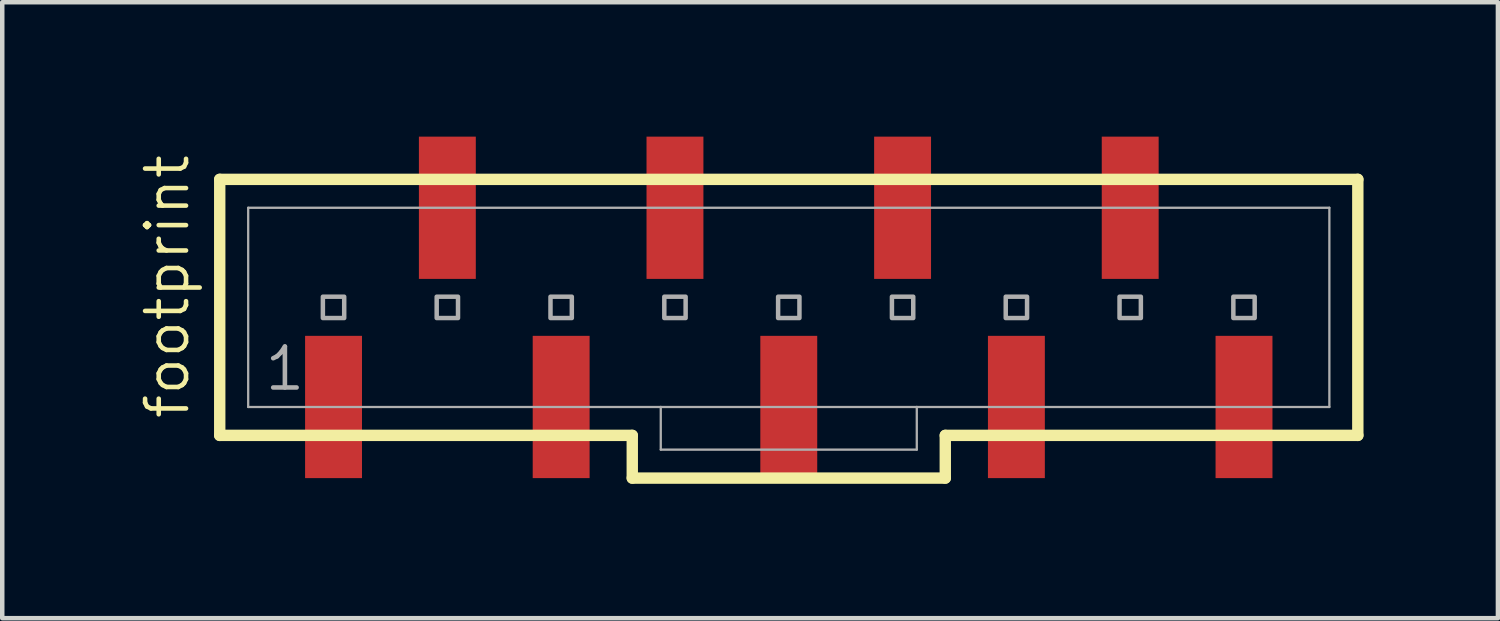
<source format=kicad_pcb>
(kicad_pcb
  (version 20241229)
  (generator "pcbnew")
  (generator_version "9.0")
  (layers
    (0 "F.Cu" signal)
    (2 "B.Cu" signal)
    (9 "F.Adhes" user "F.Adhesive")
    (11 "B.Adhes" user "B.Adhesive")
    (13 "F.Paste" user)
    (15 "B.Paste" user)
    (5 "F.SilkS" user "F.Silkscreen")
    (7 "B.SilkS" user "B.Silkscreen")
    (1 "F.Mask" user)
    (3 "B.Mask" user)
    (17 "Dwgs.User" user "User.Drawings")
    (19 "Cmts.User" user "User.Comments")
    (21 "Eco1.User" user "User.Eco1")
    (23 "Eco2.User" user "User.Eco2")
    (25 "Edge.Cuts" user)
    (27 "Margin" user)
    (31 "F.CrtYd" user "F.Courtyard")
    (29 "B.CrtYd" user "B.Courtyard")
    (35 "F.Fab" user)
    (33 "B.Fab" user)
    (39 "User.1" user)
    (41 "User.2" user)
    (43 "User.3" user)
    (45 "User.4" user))
  (footprint "footprint"
    (layer "F.Cu")
    (at 14.554 3.81)
    (property "Reference" "footprint" (at -13.335 2.54 90) (layer "F.SilkS") (effects (font (size 0.914 0.914) (thickness 0.102)) (justify left bottom)))
    (fp_line (start -12.7 -2.857) (end -12.7 2.857) (stroke (width 0.254) (type solid)) (layer "F.SilkS"))
    (fp_line (start -12.7 2.857) (end -3.493 2.857) (stroke (width 0.254) (type solid)) (layer "F.SilkS"))
    (fp_line (start -3.493 2.857) (end -3.493 3.81) (stroke (width 0.254) (type solid)) (layer "F.SilkS"))
    (fp_line (start -3.493 3.81) (end 3.493 3.81) (stroke (width 0.254) (type solid)) (layer "F.SilkS"))
    (fp_line (start 3.493 2.857) (end 12.7 2.857) (stroke (width 0.254) (type solid)) (layer "F.SilkS"))
    (fp_line (start 3.493 3.81) (end 3.493 2.857) (stroke (width 0.254) (type solid)) (layer "F.SilkS"))
    (fp_line (start 12.7 -2.857) (end -12.7 -2.857) (stroke (width 0.254) (type solid)) (layer "F.SilkS"))
    (fp_line (start 12.7 2.857) (end 12.7 -2.857) (stroke (width 0.254) (type solid)) (layer "F.SilkS"))
    (fp_line (start -12.065 -2.223) (end -12.065 2.223) (stroke (width 0.051) (type solid)) (layer "F.Fab"))
    (fp_line (start -12.065 -2.223) (end 12.065 -2.223) (stroke (width 0.051) (type solid)) (layer "F.Fab"))
    (fp_line (start -12.065 2.223) (end -2.857 2.223) (stroke (width 0.051) (type solid)) (layer "F.Fab"))
    (fp_line (start -2.857 2.223) (end -2.857 3.175) (stroke (width 0.051) (type solid)) (layer "F.Fab"))
    (fp_line (start -2.857 2.223) (end 2.857 2.223) (stroke (width 0.051) (type solid)) (layer "F.Fab"))
    (fp_line (start 2.857 2.223) (end 2.857 3.175) (stroke (width 0.051) (type solid)) (layer "F.Fab"))
    (fp_line (start 2.857 2.223) (end 12.065 2.223) (stroke (width 0.051) (type solid)) (layer "F.Fab"))
    (fp_line (start 2.857 3.175) (end -2.857 3.175) (stroke (width 0.051) (type solid)) (layer "F.Fab"))
    (fp_line (start 12.065 -2.223) (end 12.065 2.223) (stroke (width 0.051) (type solid)) (layer "F.Fab"))
    (fp_poly (pts (xy -10.398 0.238) (xy -9.922 0.238) (xy -9.922 -0.238) (xy -10.398 -0.238)) (stroke (width 0.1) (type solid)) (fill no) (layer "F.Fab"))
    (fp_poly (pts (xy -7.858 0.238) (xy -7.382 0.238) (xy -7.382 -0.238) (xy -7.858 -0.238)) (stroke (width 0.1) (type solid)) (fill no) (layer "F.Fab"))
    (fp_poly (pts (xy -5.318 0.238) (xy -4.842 0.238) (xy -4.842 -0.238) (xy -5.318 -0.238)) (stroke (width 0.1) (type solid)) (fill no) (layer "F.Fab"))
    (fp_poly (pts (xy -2.778 0.238) (xy -2.302 0.238) (xy -2.302 -0.238) (xy -2.778 -0.238)) (stroke (width 0.1) (type solid)) (fill no) (layer "F.Fab"))
    (fp_poly (pts (xy -0.238 0.238) (xy 0.238 0.238) (xy 0.238 -0.238) (xy -0.238 -0.238)) (stroke (width 0.1) (type solid)) (fill no) (layer "F.Fab"))
    (fp_poly (pts (xy 2.302 0.238) (xy 2.778 0.238) (xy 2.778 -0.238) (xy 2.302 -0.238)) (stroke (width 0.1) (type solid)) (fill no) (layer "F.Fab"))
    (fp_poly (pts (xy 4.842 0.238) (xy 5.318 0.238) (xy 5.318 -0.238) (xy 4.842 -0.238)) (stroke (width 0.1) (type solid)) (fill no) (layer "F.Fab"))
    (fp_poly (pts (xy 7.382 0.238) (xy 7.858 0.238) (xy 7.858 -0.238) (xy 7.382 -0.238)) (stroke (width 0.1) (type solid)) (fill no) (layer "F.Fab"))
    (fp_poly (pts (xy 9.922 0.238) (xy 10.398 0.238) (xy 10.398 -0.238) (xy 9.922 -0.238)) (stroke (width 0.1) (type solid)) (fill no) (layer "F.Fab"))
    (fp_text user "1" (at -11.748 1.905 0) (layer "F.Fab") (effects (font (size 0.914 0.914) (thickness 0.102)) (justify left bottom)))
    (pad "1" smd rect (at -10.16 2.223 270) (size 3.175 1.27) (layers "F.Cu" "F.Mask" "F.Paste"))
    (pad "2" smd rect (at -7.62 -2.223 270) (size 3.175 1.27) (layers "F.Cu" "F.Mask" "F.Paste"))
    (pad "3" smd rect (at -5.08 2.223 270) (size 3.175 1.27) (layers "F.Cu" "F.Mask" "F.Paste"))
    (pad "4" smd rect (at -2.54 -2.223 270) (size 3.175 1.27) (layers "F.Cu" "F.Mask" "F.Paste"))
    (pad "5" smd rect (at 0 2.223 270) (size 3.175 1.27) (layers "F.Cu" "F.Mask" "F.Paste"))
    (pad "6" smd rect (at 2.54 -2.223 270) (size 3.175 1.27) (layers "F.Cu" "F.Mask" "F.Paste"))
    (pad "7" smd rect (at 5.08 2.223 270) (size 3.175 1.27) (layers "F.Cu" "F.Mask" "F.Paste"))
    (pad "8" smd rect (at 7.62 -2.223 270) (size 3.175 1.27) (layers "F.Cu" "F.Mask" "F.Paste"))
    (pad "9" smd rect (at 10.16 2.223 270) (size 3.175 1.27) (layers "F.Cu" "F.Mask" "F.Paste")))
  (gr_rect
    (start -3 -3)
    (end 30.381 10.747)
    (stroke (width 0.1) (type default))
    (fill no)
    (layer "Edge.Cuts")))
</source>
